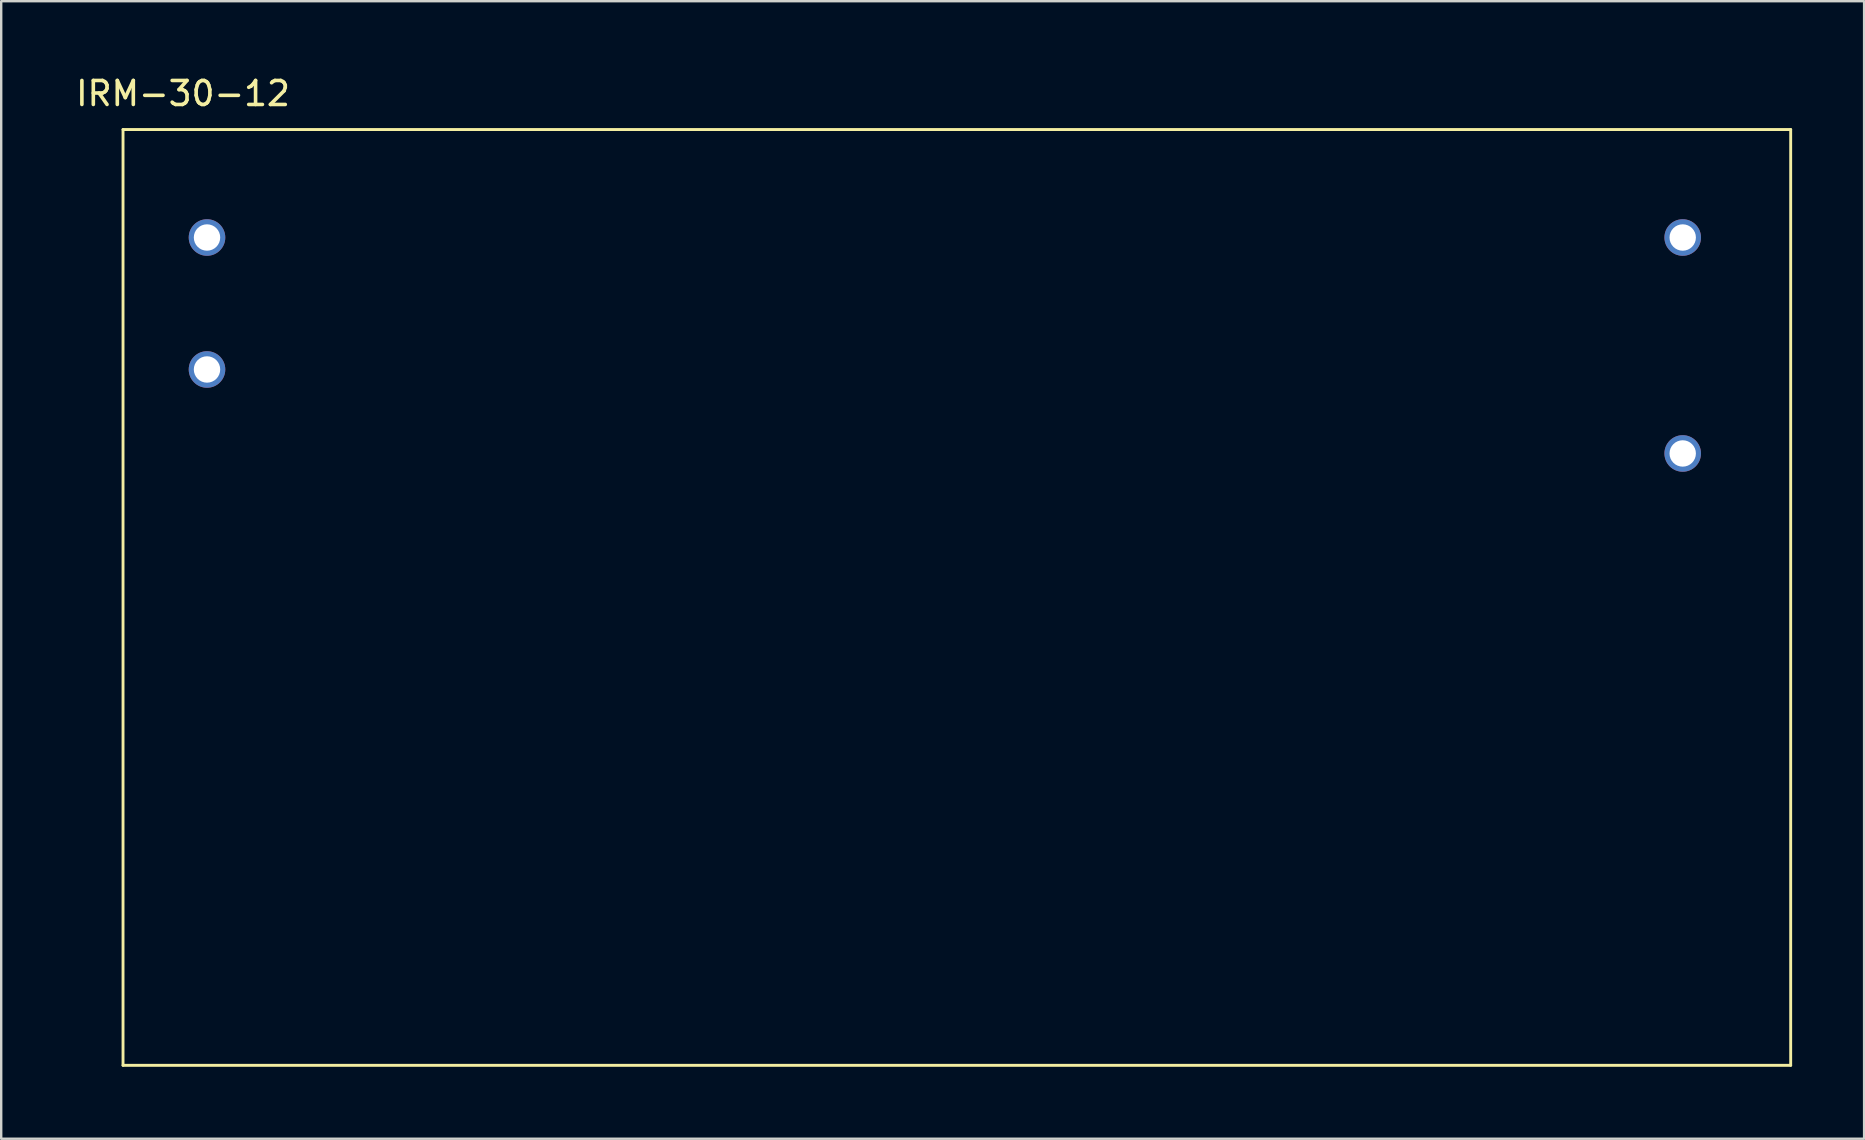
<source format=kicad_pcb>
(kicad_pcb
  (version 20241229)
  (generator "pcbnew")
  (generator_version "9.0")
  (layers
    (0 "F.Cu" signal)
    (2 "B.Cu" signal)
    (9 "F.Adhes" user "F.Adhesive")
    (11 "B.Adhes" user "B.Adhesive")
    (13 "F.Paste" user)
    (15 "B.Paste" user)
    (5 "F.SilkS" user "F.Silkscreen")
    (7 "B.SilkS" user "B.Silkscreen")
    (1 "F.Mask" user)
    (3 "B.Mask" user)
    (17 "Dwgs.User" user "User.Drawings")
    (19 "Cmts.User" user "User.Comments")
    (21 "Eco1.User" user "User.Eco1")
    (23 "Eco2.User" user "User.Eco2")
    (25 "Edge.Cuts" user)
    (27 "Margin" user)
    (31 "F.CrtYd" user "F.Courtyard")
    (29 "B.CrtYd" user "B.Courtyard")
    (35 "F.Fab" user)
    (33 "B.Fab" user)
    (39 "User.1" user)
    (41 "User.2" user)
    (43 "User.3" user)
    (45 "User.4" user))
  (footprint "IRM-30-12"
    (layer "F.Cu")
    (at 36.827 21.848)
    (property "Reference" "IRM-30-12" (at -32.25 -21 0) (layer "F.SilkS") (effects (font (size 1 1) (thickness 0.15))))
    (attr through_hole)
    (fp_line (start -34.75 -19.5) (end -34.75 19.5) (stroke (width 0.12) (type solid)) (layer "F.SilkS"))
    (fp_line (start -34.75 19.5) (end 34.75 19.5) (stroke (width 0.12) (type solid)) (layer "F.SilkS"))
    (fp_line (start 34.75 -19.5) (end -34.75 -19.5) (stroke (width 0.12) (type solid)) (layer "F.SilkS"))
    (fp_line (start 34.75 19.5) (end 34.75 -19.5) (stroke (width 0.12) (type solid)) (layer "F.SilkS"))
    (pad "1" thru_hole circle (at -31.25 -15) (size 1.524 1.524) (drill 1.1) (layers "*.Cu" "*.Mask"))
    (pad "2" thru_hole circle (at -31.25 -9.5) (size 1.524 1.524) (drill 1.1) (layers "*.Cu" "*.Mask"))
    (pad "3" thru_hole circle (at 30.25 -15) (size 1.524 1.524) (drill 1.1) (layers "*.Cu" "*.Mask"))
    (pad "4" thru_hole circle (at 30.25 -6) (size 1.524 1.524) (drill 1.1) (layers "*.Cu" "*.Mask")))
  (gr_rect
    (start -3 -3)
    (end 74.637 44.408)
    (stroke (width 0.1) (type default))
    (fill no)
    (layer "Edge.Cuts")))
</source>
